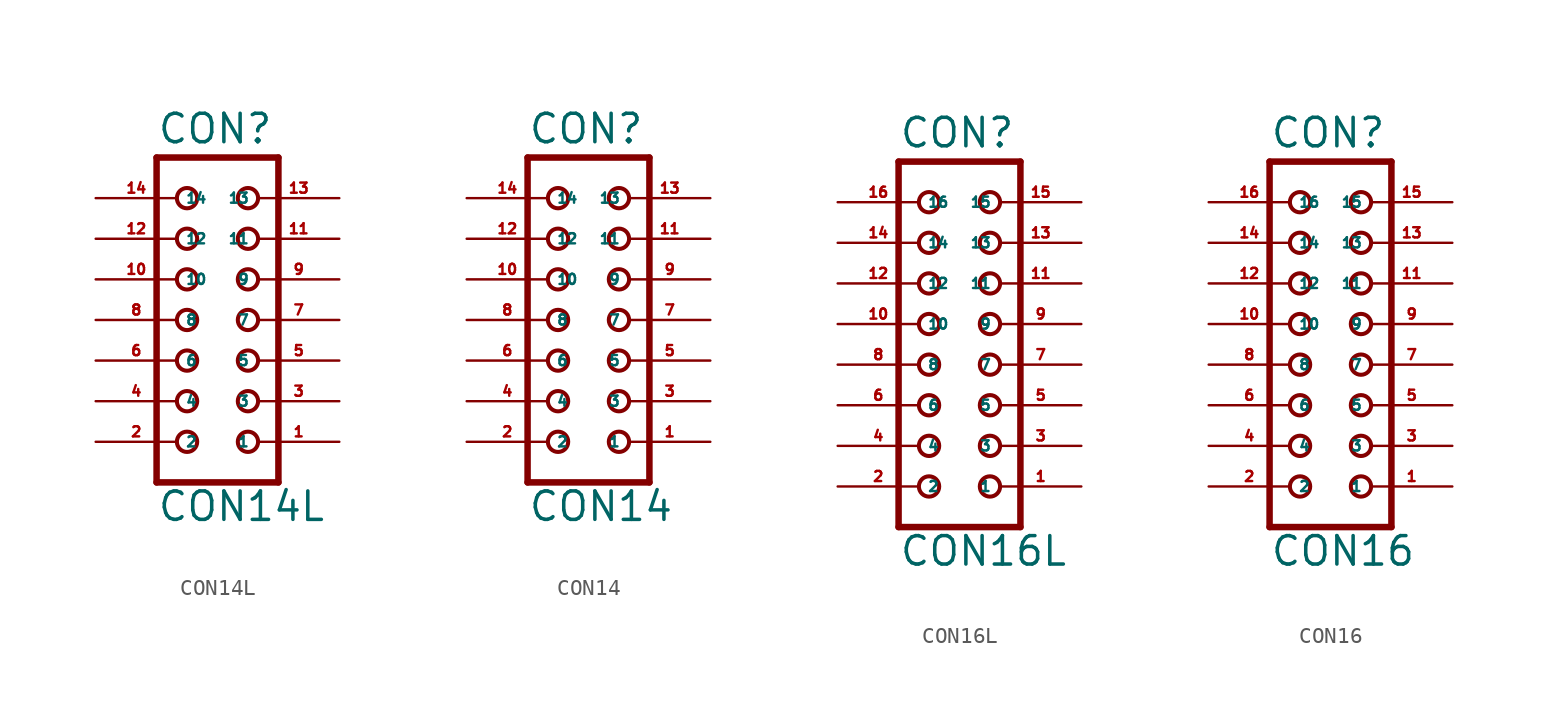
<source format=kicad_sym>
(kicad_symbol_lib
  (version 20220914)
  (generator Eagle2Kicad)
  (symbol "CON14L"
    (property "Reference" "CON"
      (at -3.81 10.922 0)
      (effects (font (size 1.778 1.778) (thickness 0.22)) (justify left bottom)))
    (property "Value" "CON14L"
      (at -3.81 -12.7 0)
      (effects (font (size 1.778 1.778) (thickness 0.22)) (justify left bottom)))
    (polyline
      (pts (xy 3.81 -10.16) (xy -3.81 -10.16))
      (stroke (width 0.406) (type default))
      (fill (type none)))
    (polyline
      (pts (xy -3.81 10.16) (xy -3.81 -10.16))
      (stroke (width 0.406) (type default))
      (fill (type none)))
    (polyline
      (pts (xy -3.81 10.16) (xy 3.81 10.16))
      (stroke (width 0.406) (type default))
      (fill (type none)))
    (polyline
      (pts (xy 3.81 -10.16) (xy 3.81 10.16))
      (stroke (width 0.406) (type default))
      (fill (type none)))
    (circle
      (center 1.905 -7.62)
      (radius 0.635)
      (stroke (width 0.254) (type default))
      (fill (type none)))
    (circle
      (center 1.905 -5.08)
      (radius 0.635)
      (stroke (width 0.254) (type default))
      (fill (type none)))
    (circle
      (center 1.905 -2.54)
      (radius 0.635)
      (stroke (width 0.254) (type default))
      (fill (type none)))
    (circle
      (center 1.905 0)
      (radius 0.635)
      (stroke (width 0.254) (type default))
      (fill (type none)))
    (circle
      (center 1.905 2.54)
      (radius 0.635)
      (stroke (width 0.254) (type default))
      (fill (type none)))
    (circle
      (center 1.905 5.08)
      (radius 0.635)
      (stroke (width 0.254) (type default))
      (fill (type none)))
    (circle
      (center 1.905 7.62)
      (radius 0.635)
      (stroke (width 0.254) (type default))
      (fill (type none)))
    (circle
      (center -1.905 -7.62)
      (radius 0.635)
      (stroke (width 0.254) (type default))
      (fill (type none)))
    (circle
      (center -1.905 -5.08)
      (radius 0.635)
      (stroke (width 0.254) (type default))
      (fill (type none)))
    (circle
      (center -1.905 -2.54)
      (radius 0.635)
      (stroke (width 0.254) (type default))
      (fill (type none)))
    (circle
      (center -1.905 0)
      (radius 0.635)
      (stroke (width 0.254) (type default))
      (fill (type none)))
    (circle
      (center -1.905 2.54)
      (radius 0.635)
      (stroke (width 0.254) (type default))
      (fill (type none)))
    (circle
      (center -1.905 5.08)
      (radius 0.635)
      (stroke (width 0.254) (type default))
      (fill (type none)))
    (circle
      (center -1.905 7.62)
      (radius 0.635)
      (stroke (width 0.254) (type default))
      (fill (type none)))
    (pin passive line
      (at 7.62 -7.62 180)
      (length 5.08)
      (name "1" (effects (font (size 0.635 0.635) (thickness 0.08)) (justify left bottom)))
      (number "1" (effects (font (size 0.635 0.635) (thickness 0.08)) (justify left bottom))))
    (pin passive line
      (at -7.62 -7.62 0)
      (length 5.08)
      (name "2" (effects (font (size 0.635 0.635) (thickness 0.08)) (justify left bottom)))
      (number "2" (effects (font (size 0.635 0.635) (thickness 0.08)) (justify left bottom))))
    (pin passive line
      (at 7.62 -5.08 180)
      (length 5.08)
      (name "3" (effects (font (size 0.635 0.635) (thickness 0.08)) (justify left bottom)))
      (number "3" (effects (font (size 0.635 0.635) (thickness 0.08)) (justify left bottom))))
    (pin passive line
      (at -7.62 -5.08 0)
      (length 5.08)
      (name "4" (effects (font (size 0.635 0.635) (thickness 0.08)) (justify left bottom)))
      (number "4" (effects (font (size 0.635 0.635) (thickness 0.08)) (justify left bottom))))
    (pin passive line
      (at 7.62 -2.54 180)
      (length 5.08)
      (name "5" (effects (font (size 0.635 0.635) (thickness 0.08)) (justify left bottom)))
      (number "5" (effects (font (size 0.635 0.635) (thickness 0.08)) (justify left bottom))))
    (pin passive line
      (at -7.62 -2.54 0)
      (length 5.08)
      (name "6" (effects (font (size 0.635 0.635) (thickness 0.08)) (justify left bottom)))
      (number "6" (effects (font (size 0.635 0.635) (thickness 0.08)) (justify left bottom))))
    (pin passive line
      (at 7.62 0 180)
      (length 5.08)
      (name "7" (effects (font (size 0.635 0.635) (thickness 0.08)) (justify left bottom)))
      (number "7" (effects (font (size 0.635 0.635) (thickness 0.08)) (justify left bottom))))
    (pin passive line
      (at -7.62 0 0)
      (length 5.08)
      (name "8" (effects (font (size 0.635 0.635) (thickness 0.08)) (justify left bottom)))
      (number "8" (effects (font (size 0.635 0.635) (thickness 0.08)) (justify left bottom))))
    (pin passive line
      (at 7.62 2.54 180)
      (length 5.08)
      (name "9" (effects (font (size 0.635 0.635) (thickness 0.08)) (justify left bottom)))
      (number "9" (effects (font (size 0.635 0.635) (thickness 0.08)) (justify left bottom))))
    (pin passive line
      (at -7.62 2.54 0)
      (length 5.08)
      (name "10" (effects (font (size 0.635 0.635) (thickness 0.08)) (justify left bottom)))
      (number "10" (effects (font (size 0.635 0.635) (thickness 0.08)) (justify left bottom))))
    (pin passive line
      (at 7.62 5.08 180)
      (length 5.08)
      (name "11" (effects (font (size 0.635 0.635) (thickness 0.08)) (justify left bottom)))
      (number "11" (effects (font (size 0.635 0.635) (thickness 0.08)) (justify left bottom))))
    (pin passive line
      (at -7.62 5.08 0)
      (length 5.08)
      (name "12" (effects (font (size 0.635 0.635) (thickness 0.08)) (justify left bottom)))
      (number "12" (effects (font (size 0.635 0.635) (thickness 0.08)) (justify left bottom))))
    (pin passive line
      (at 7.62 7.62 180)
      (length 5.08)
      (name "13" (effects (font (size 0.635 0.635) (thickness 0.08)) (justify left bottom)))
      (number "13" (effects (font (size 0.635 0.635) (thickness 0.08)) (justify left bottom))))
    (pin passive line
      (at -7.62 7.62 0)
      (length 5.08)
      (name "14" (effects (font (size 0.635 0.635) (thickness 0.08)) (justify left bottom)))
      (number "14" (effects (font (size 0.635 0.635) (thickness 0.08)) (justify left bottom)))))
  (symbol "CON14"
    (property "Reference" "CON"
      (at -3.81 10.922 0)
      (effects (font (size 1.778 1.778) (thickness 0.22)) (justify left bottom)))
    (property "Value" "CON14"
      (at -3.81 -12.7 0)
      (effects (font (size 1.778 1.778) (thickness 0.22)) (justify left bottom)))
    (polyline
      (pts (xy 3.81 -10.16) (xy -3.81 -10.16))
      (stroke (width 0.406) (type default))
      (fill (type none)))
    (polyline
      (pts (xy -3.81 10.16) (xy -3.81 -10.16))
      (stroke (width 0.406) (type default))
      (fill (type none)))
    (polyline
      (pts (xy -3.81 10.16) (xy 3.81 10.16))
      (stroke (width 0.406) (type default))
      (fill (type none)))
    (polyline
      (pts (xy 3.81 -10.16) (xy 3.81 10.16))
      (stroke (width 0.406) (type default))
      (fill (type none)))
    (circle
      (center 1.905 -7.62)
      (radius 0.635)
      (stroke (width 0.254) (type default))
      (fill (type none)))
    (circle
      (center 1.905 -5.08)
      (radius 0.635)
      (stroke (width 0.254) (type default))
      (fill (type none)))
    (circle
      (center 1.905 -2.54)
      (radius 0.635)
      (stroke (width 0.254) (type default))
      (fill (type none)))
    (circle
      (center 1.905 0)
      (radius 0.635)
      (stroke (width 0.254) (type default))
      (fill (type none)))
    (circle
      (center 1.905 2.54)
      (radius 0.635)
      (stroke (width 0.254) (type default))
      (fill (type none)))
    (circle
      (center 1.905 5.08)
      (radius 0.635)
      (stroke (width 0.254) (type default))
      (fill (type none)))
    (circle
      (center 1.905 7.62)
      (radius 0.635)
      (stroke (width 0.254) (type default))
      (fill (type none)))
    (circle
      (center -1.905 -7.62)
      (radius 0.635)
      (stroke (width 0.254) (type default))
      (fill (type none)))
    (circle
      (center -1.905 -5.08)
      (radius 0.635)
      (stroke (width 0.254) (type default))
      (fill (type none)))
    (circle
      (center -1.905 -2.54)
      (radius 0.635)
      (stroke (width 0.254) (type default))
      (fill (type none)))
    (circle
      (center -1.905 0)
      (radius 0.635)
      (stroke (width 0.254) (type default))
      (fill (type none)))
    (circle
      (center -1.905 2.54)
      (radius 0.635)
      (stroke (width 0.254) (type default))
      (fill (type none)))
    (circle
      (center -1.905 5.08)
      (radius 0.635)
      (stroke (width 0.254) (type default))
      (fill (type none)))
    (circle
      (center -1.905 7.62)
      (radius 0.635)
      (stroke (width 0.254) (type default))
      (fill (type none)))
    (pin passive line
      (at 7.62 -7.62 180)
      (length 5.08)
      (name "1" (effects (font (size 0.635 0.635) (thickness 0.08)) (justify left bottom)))
      (number "1" (effects (font (size 0.635 0.635) (thickness 0.08)) (justify left bottom))))
    (pin passive line
      (at -7.62 -7.62 0)
      (length 5.08)
      (name "2" (effects (font (size 0.635 0.635) (thickness 0.08)) (justify left bottom)))
      (number "2" (effects (font (size 0.635 0.635) (thickness 0.08)) (justify left bottom))))
    (pin passive line
      (at 7.62 -5.08 180)
      (length 5.08)
      (name "3" (effects (font (size 0.635 0.635) (thickness 0.08)) (justify left bottom)))
      (number "3" (effects (font (size 0.635 0.635) (thickness 0.08)) (justify left bottom))))
    (pin passive line
      (at -7.62 -5.08 0)
      (length 5.08)
      (name "4" (effects (font (size 0.635 0.635) (thickness 0.08)) (justify left bottom)))
      (number "4" (effects (font (size 0.635 0.635) (thickness 0.08)) (justify left bottom))))
    (pin passive line
      (at 7.62 -2.54 180)
      (length 5.08)
      (name "5" (effects (font (size 0.635 0.635) (thickness 0.08)) (justify left bottom)))
      (number "5" (effects (font (size 0.635 0.635) (thickness 0.08)) (justify left bottom))))
    (pin passive line
      (at -7.62 -2.54 0)
      (length 5.08)
      (name "6" (effects (font (size 0.635 0.635) (thickness 0.08)) (justify left bottom)))
      (number "6" (effects (font (size 0.635 0.635) (thickness 0.08)) (justify left bottom))))
    (pin passive line
      (at 7.62 0 180)
      (length 5.08)
      (name "7" (effects (font (size 0.635 0.635) (thickness 0.08)) (justify left bottom)))
      (number "7" (effects (font (size 0.635 0.635) (thickness 0.08)) (justify left bottom))))
    (pin passive line
      (at -7.62 0 0)
      (length 5.08)
      (name "8" (effects (font (size 0.635 0.635) (thickness 0.08)) (justify left bottom)))
      (number "8" (effects (font (size 0.635 0.635) (thickness 0.08)) (justify left bottom))))
    (pin passive line
      (at 7.62 2.54 180)
      (length 5.08)
      (name "9" (effects (font (size 0.635 0.635) (thickness 0.08)) (justify left bottom)))
      (number "9" (effects (font (size 0.635 0.635) (thickness 0.08)) (justify left bottom))))
    (pin passive line
      (at -7.62 2.54 0)
      (length 5.08)
      (name "10" (effects (font (size 0.635 0.635) (thickness 0.08)) (justify left bottom)))
      (number "10" (effects (font (size 0.635 0.635) (thickness 0.08)) (justify left bottom))))
    (pin passive line
      (at 7.62 5.08 180)
      (length 5.08)
      (name "11" (effects (font (size 0.635 0.635) (thickness 0.08)) (justify left bottom)))
      (number "11" (effects (font (size 0.635 0.635) (thickness 0.08)) (justify left bottom))))
    (pin passive line
      (at -7.62 5.08 0)
      (length 5.08)
      (name "12" (effects (font (size 0.635 0.635) (thickness 0.08)) (justify left bottom)))
      (number "12" (effects (font (size 0.635 0.635) (thickness 0.08)) (justify left bottom))))
    (pin passive line
      (at 7.62 7.62 180)
      (length 5.08)
      (name "13" (effects (font (size 0.635 0.635) (thickness 0.08)) (justify left bottom)))
      (number "13" (effects (font (size 0.635 0.635) (thickness 0.08)) (justify left bottom))))
    (pin passive line
      (at -7.62 7.62 0)
      (length 5.08)
      (name "14" (effects (font (size 0.635 0.635) (thickness 0.08)) (justify left bottom)))
      (number "14" (effects (font (size 0.635 0.635) (thickness 0.08)) (justify left bottom)))))
  (symbol "CON16L"
    (property "Reference" "CON"
      (at -3.81 10.922 0)
      (effects (font (size 1.778 1.778) (thickness 0.22)) (justify left bottom)))
    (property "Value" "CON16L"
      (at -3.81 -15.24 0)
      (effects (font (size 1.778 1.778) (thickness 0.22)) (justify left bottom)))
    (polyline
      (pts (xy 3.81 -12.7) (xy -3.81 -12.7))
      (stroke (width 0.406) (type default))
      (fill (type none)))
    (polyline
      (pts (xy -3.81 10.16) (xy -3.81 -12.7))
      (stroke (width 0.406) (type default))
      (fill (type none)))
    (polyline
      (pts (xy -3.81 10.16) (xy 3.81 10.16))
      (stroke (width 0.406) (type default))
      (fill (type none)))
    (polyline
      (pts (xy 3.81 -12.7) (xy 3.81 10.16))
      (stroke (width 0.406) (type default))
      (fill (type none)))
    (circle
      (center 1.905 -10.16)
      (radius 0.635)
      (stroke (width 0.254) (type default))
      (fill (type none)))
    (circle
      (center 1.905 -7.62)
      (radius 0.635)
      (stroke (width 0.254) (type default))
      (fill (type none)))
    (circle
      (center 1.905 -5.08)
      (radius 0.635)
      (stroke (width 0.254) (type default))
      (fill (type none)))
    (circle
      (center 1.905 -2.54)
      (radius 0.635)
      (stroke (width 0.254) (type default))
      (fill (type none)))
    (circle
      (center 1.905 0)
      (radius 0.635)
      (stroke (width 0.254) (type default))
      (fill (type none)))
    (circle
      (center 1.905 2.54)
      (radius 0.635)
      (stroke (width 0.254) (type default))
      (fill (type none)))
    (circle
      (center 1.905 5.08)
      (radius 0.635)
      (stroke (width 0.254) (type default))
      (fill (type none)))
    (circle
      (center 1.905 7.62)
      (radius 0.635)
      (stroke (width 0.254) (type default))
      (fill (type none)))
    (circle
      (center -1.905 -10.16)
      (radius 0.635)
      (stroke (width 0.254) (type default))
      (fill (type none)))
    (circle
      (center -1.905 -7.62)
      (radius 0.635)
      (stroke (width 0.254) (type default))
      (fill (type none)))
    (circle
      (center -1.905 -5.08)
      (radius 0.635)
      (stroke (width 0.254) (type default))
      (fill (type none)))
    (circle
      (center -1.905 -2.54)
      (radius 0.635)
      (stroke (width 0.254) (type default))
      (fill (type none)))
    (circle
      (center -1.905 0)
      (radius 0.635)
      (stroke (width 0.254) (type default))
      (fill (type none)))
    (circle
      (center -1.905 2.54)
      (radius 0.635)
      (stroke (width 0.254) (type default))
      (fill (type none)))
    (circle
      (center -1.905 5.08)
      (radius 0.635)
      (stroke (width 0.254) (type default))
      (fill (type none)))
    (circle
      (center -1.905 7.62)
      (radius 0.635)
      (stroke (width 0.254) (type default))
      (fill (type none)))
    (pin passive line
      (at 7.62 -10.16 180)
      (length 5.08)
      (name "1" (effects (font (size 0.635 0.635) (thickness 0.08)) (justify left bottom)))
      (number "1" (effects (font (size 0.635 0.635) (thickness 0.08)) (justify left bottom))))
    (pin passive line
      (at -7.62 -10.16 0)
      (length 5.08)
      (name "2" (effects (font (size 0.635 0.635) (thickness 0.08)) (justify left bottom)))
      (number "2" (effects (font (size 0.635 0.635) (thickness 0.08)) (justify left bottom))))
    (pin passive line
      (at 7.62 -7.62 180)
      (length 5.08)
      (name "3" (effects (font (size 0.635 0.635) (thickness 0.08)) (justify left bottom)))
      (number "3" (effects (font (size 0.635 0.635) (thickness 0.08)) (justify left bottom))))
    (pin passive line
      (at -7.62 -7.62 0)
      (length 5.08)
      (name "4" (effects (font (size 0.635 0.635) (thickness 0.08)) (justify left bottom)))
      (number "4" (effects (font (size 0.635 0.635) (thickness 0.08)) (justify left bottom))))
    (pin passive line
      (at 7.62 -5.08 180)
      (length 5.08)
      (name "5" (effects (font (size 0.635 0.635) (thickness 0.08)) (justify left bottom)))
      (number "5" (effects (font (size 0.635 0.635) (thickness 0.08)) (justify left bottom))))
    (pin passive line
      (at -7.62 -5.08 0)
      (length 5.08)
      (name "6" (effects (font (size 0.635 0.635) (thickness 0.08)) (justify left bottom)))
      (number "6" (effects (font (size 0.635 0.635) (thickness 0.08)) (justify left bottom))))
    (pin passive line
      (at 7.62 -2.54 180)
      (length 5.08)
      (name "7" (effects (font (size 0.635 0.635) (thickness 0.08)) (justify left bottom)))
      (number "7" (effects (font (size 0.635 0.635) (thickness 0.08)) (justify left bottom))))
    (pin passive line
      (at -7.62 -2.54 0)
      (length 5.08)
      (name "8" (effects (font (size 0.635 0.635) (thickness 0.08)) (justify left bottom)))
      (number "8" (effects (font (size 0.635 0.635) (thickness 0.08)) (justify left bottom))))
    (pin passive line
      (at 7.62 0 180)
      (length 5.08)
      (name "9" (effects (font (size 0.635 0.635) (thickness 0.08)) (justify left bottom)))
      (number "9" (effects (font (size 0.635 0.635) (thickness 0.08)) (justify left bottom))))
    (pin passive line
      (at -7.62 0 0)
      (length 5.08)
      (name "10" (effects (font (size 0.635 0.635) (thickness 0.08)) (justify left bottom)))
      (number "10" (effects (font (size 0.635 0.635) (thickness 0.08)) (justify left bottom))))
    (pin passive line
      (at 7.62 2.54 180)
      (length 5.08)
      (name "11" (effects (font (size 0.635 0.635) (thickness 0.08)) (justify left bottom)))
      (number "11" (effects (font (size 0.635 0.635) (thickness 0.08)) (justify left bottom))))
    (pin passive line
      (at -7.62 2.54 0)
      (length 5.08)
      (name "12" (effects (font (size 0.635 0.635) (thickness 0.08)) (justify left bottom)))
      (number "12" (effects (font (size 0.635 0.635) (thickness 0.08)) (justify left bottom))))
    (pin passive line
      (at 7.62 5.08 180)
      (length 5.08)
      (name "13" (effects (font (size 0.635 0.635) (thickness 0.08)) (justify left bottom)))
      (number "13" (effects (font (size 0.635 0.635) (thickness 0.08)) (justify left bottom))))
    (pin passive line
      (at -7.62 5.08 0)
      (length 5.08)
      (name "14" (effects (font (size 0.635 0.635) (thickness 0.08)) (justify left bottom)))
      (number "14" (effects (font (size 0.635 0.635) (thickness 0.08)) (justify left bottom))))
    (pin passive line
      (at 7.62 7.62 180)
      (length 5.08)
      (name "15" (effects (font (size 0.635 0.635) (thickness 0.08)) (justify left bottom)))
      (number "15" (effects (font (size 0.635 0.635) (thickness 0.08)) (justify left bottom))))
    (pin passive line
      (at -7.62 7.62 0)
      (length 5.08)
      (name "16" (effects (font (size 0.635 0.635) (thickness 0.08)) (justify left bottom)))
      (number "16" (effects (font (size 0.635 0.635) (thickness 0.08)) (justify left bottom)))))
  (symbol "CON16"
    (property "Reference" "CON"
      (at -3.81 10.922 0)
      (effects (font (size 1.778 1.778) (thickness 0.22)) (justify left bottom)))
    (property "Value" "CON16"
      (at -3.81 -15.24 0)
      (effects (font (size 1.778 1.778) (thickness 0.22)) (justify left bottom)))
    (polyline
      (pts (xy 3.81 -12.7) (xy -3.81 -12.7))
      (stroke (width 0.406) (type default))
      (fill (type none)))
    (polyline
      (pts (xy -3.81 10.16) (xy -3.81 -12.7))
      (stroke (width 0.406) (type default))
      (fill (type none)))
    (polyline
      (pts (xy -3.81 10.16) (xy 3.81 10.16))
      (stroke (width 0.406) (type default))
      (fill (type none)))
    (polyline
      (pts (xy 3.81 -12.7) (xy 3.81 10.16))
      (stroke (width 0.406) (type default))
      (fill (type none)))
    (circle
      (center 1.905 -10.16)
      (radius 0.635)
      (stroke (width 0.254) (type default))
      (fill (type none)))
    (circle
      (center 1.905 -7.62)
      (radius 0.635)
      (stroke (width 0.254) (type default))
      (fill (type none)))
    (circle
      (center 1.905 -5.08)
      (radius 0.635)
      (stroke (width 0.254) (type default))
      (fill (type none)))
    (circle
      (center 1.905 -2.54)
      (radius 0.635)
      (stroke (width 0.254) (type default))
      (fill (type none)))
    (circle
      (center 1.905 0)
      (radius 0.635)
      (stroke (width 0.254) (type default))
      (fill (type none)))
    (circle
      (center 1.905 2.54)
      (radius 0.635)
      (stroke (width 0.254) (type default))
      (fill (type none)))
    (circle
      (center 1.905 5.08)
      (radius 0.635)
      (stroke (width 0.254) (type default))
      (fill (type none)))
    (circle
      (center 1.905 7.62)
      (radius 0.635)
      (stroke (width 0.254) (type default))
      (fill (type none)))
    (circle
      (center -1.905 -10.16)
      (radius 0.635)
      (stroke (width 0.254) (type default))
      (fill (type none)))
    (circle
      (center -1.905 -7.62)
      (radius 0.635)
      (stroke (width 0.254) (type default))
      (fill (type none)))
    (circle
      (center -1.905 -5.08)
      (radius 0.635)
      (stroke (width 0.254) (type default))
      (fill (type none)))
    (circle
      (center -1.905 -2.54)
      (radius 0.635)
      (stroke (width 0.254) (type default))
      (fill (type none)))
    (circle
      (center -1.905 0)
      (radius 0.635)
      (stroke (width 0.254) (type default))
      (fill (type none)))
    (circle
      (center -1.905 2.54)
      (radius 0.635)
      (stroke (width 0.254) (type default))
      (fill (type none)))
    (circle
      (center -1.905 5.08)
      (radius 0.635)
      (stroke (width 0.254) (type default))
      (fill (type none)))
    (circle
      (center -1.905 7.62)
      (radius 0.635)
      (stroke (width 0.254) (type default))
      (fill (type none)))
    (pin passive line
      (at 7.62 -10.16 180)
      (length 5.08)
      (name "1" (effects (font (size 0.635 0.635) (thickness 0.08)) (justify left bottom)))
      (number "1" (effects (font (size 0.635 0.635) (thickness 0.08)) (justify left bottom))))
    (pin passive line
      (at -7.62 -10.16 0)
      (length 5.08)
      (name "2" (effects (font (size 0.635 0.635) (thickness 0.08)) (justify left bottom)))
      (number "2" (effects (font (size 0.635 0.635) (thickness 0.08)) (justify left bottom))))
    (pin passive line
      (at 7.62 -7.62 180)
      (length 5.08)
      (name "3" (effects (font (size 0.635 0.635) (thickness 0.08)) (justify left bottom)))
      (number "3" (effects (font (size 0.635 0.635) (thickness 0.08)) (justify left bottom))))
    (pin passive line
      (at -7.62 -7.62 0)
      (length 5.08)
      (name "4" (effects (font (size 0.635 0.635) (thickness 0.08)) (justify left bottom)))
      (number "4" (effects (font (size 0.635 0.635) (thickness 0.08)) (justify left bottom))))
    (pin passive line
      (at 7.62 -5.08 180)
      (length 5.08)
      (name "5" (effects (font (size 0.635 0.635) (thickness 0.08)) (justify left bottom)))
      (number "5" (effects (font (size 0.635 0.635) (thickness 0.08)) (justify left bottom))))
    (pin passive line
      (at -7.62 -5.08 0)
      (length 5.08)
      (name "6" (effects (font (size 0.635 0.635) (thickness 0.08)) (justify left bottom)))
      (number "6" (effects (font (size 0.635 0.635) (thickness 0.08)) (justify left bottom))))
    (pin passive line
      (at 7.62 -2.54 180)
      (length 5.08)
      (name "7" (effects (font (size 0.635 0.635) (thickness 0.08)) (justify left bottom)))
      (number "7" (effects (font (size 0.635 0.635) (thickness 0.08)) (justify left bottom))))
    (pin passive line
      (at -7.62 -2.54 0)
      (length 5.08)
      (name "8" (effects (font (size 0.635 0.635) (thickness 0.08)) (justify left bottom)))
      (number "8" (effects (font (size 0.635 0.635) (thickness 0.08)) (justify left bottom))))
    (pin passive line
      (at 7.62 0 180)
      (length 5.08)
      (name "9" (effects (font (size 0.635 0.635) (thickness 0.08)) (justify left bottom)))
      (number "9" (effects (font (size 0.635 0.635) (thickness 0.08)) (justify left bottom))))
    (pin passive line
      (at -7.62 0 0)
      (length 5.08)
      (name "10" (effects (font (size 0.635 0.635) (thickness 0.08)) (justify left bottom)))
      (number "10" (effects (font (size 0.635 0.635) (thickness 0.08)) (justify left bottom))))
    (pin passive line
      (at 7.62 2.54 180)
      (length 5.08)
      (name "11" (effects (font (size 0.635 0.635) (thickness 0.08)) (justify left bottom)))
      (number "11" (effects (font (size 0.635 0.635) (thickness 0.08)) (justify left bottom))))
    (pin passive line
      (at -7.62 2.54 0)
      (length 5.08)
      (name "12" (effects (font (size 0.635 0.635) (thickness 0.08)) (justify left bottom)))
      (number "12" (effects (font (size 0.635 0.635) (thickness 0.08)) (justify left bottom))))
    (pin passive line
      (at 7.62 5.08 180)
      (length 5.08)
      (name "13" (effects (font (size 0.635 0.635) (thickness 0.08)) (justify left bottom)))
      (number "13" (effects (font (size 0.635 0.635) (thickness 0.08)) (justify left bottom))))
    (pin passive line
      (at -7.62 5.08 0)
      (length 5.08)
      (name "14" (effects (font (size 0.635 0.635) (thickness 0.08)) (justify left bottom)))
      (number "14" (effects (font (size 0.635 0.635) (thickness 0.08)) (justify left bottom))))
    (pin passive line
      (at 7.62 7.62 180)
      (length 5.08)
      (name "15" (effects (font (size 0.635 0.635) (thickness 0.08)) (justify left bottom)))
      (number "15" (effects (font (size 0.635 0.635) (thickness 0.08)) (justify left bottom))))
    (pin passive line
      (at -7.62 7.62 0)
      (length 5.08)
      (name "16" (effects (font (size 0.635 0.635) (thickness 0.08)) (justify left bottom)))
      (number "16" (effects (font (size 0.635 0.635) (thickness 0.08)) (justify left bottom))))))
</source>
